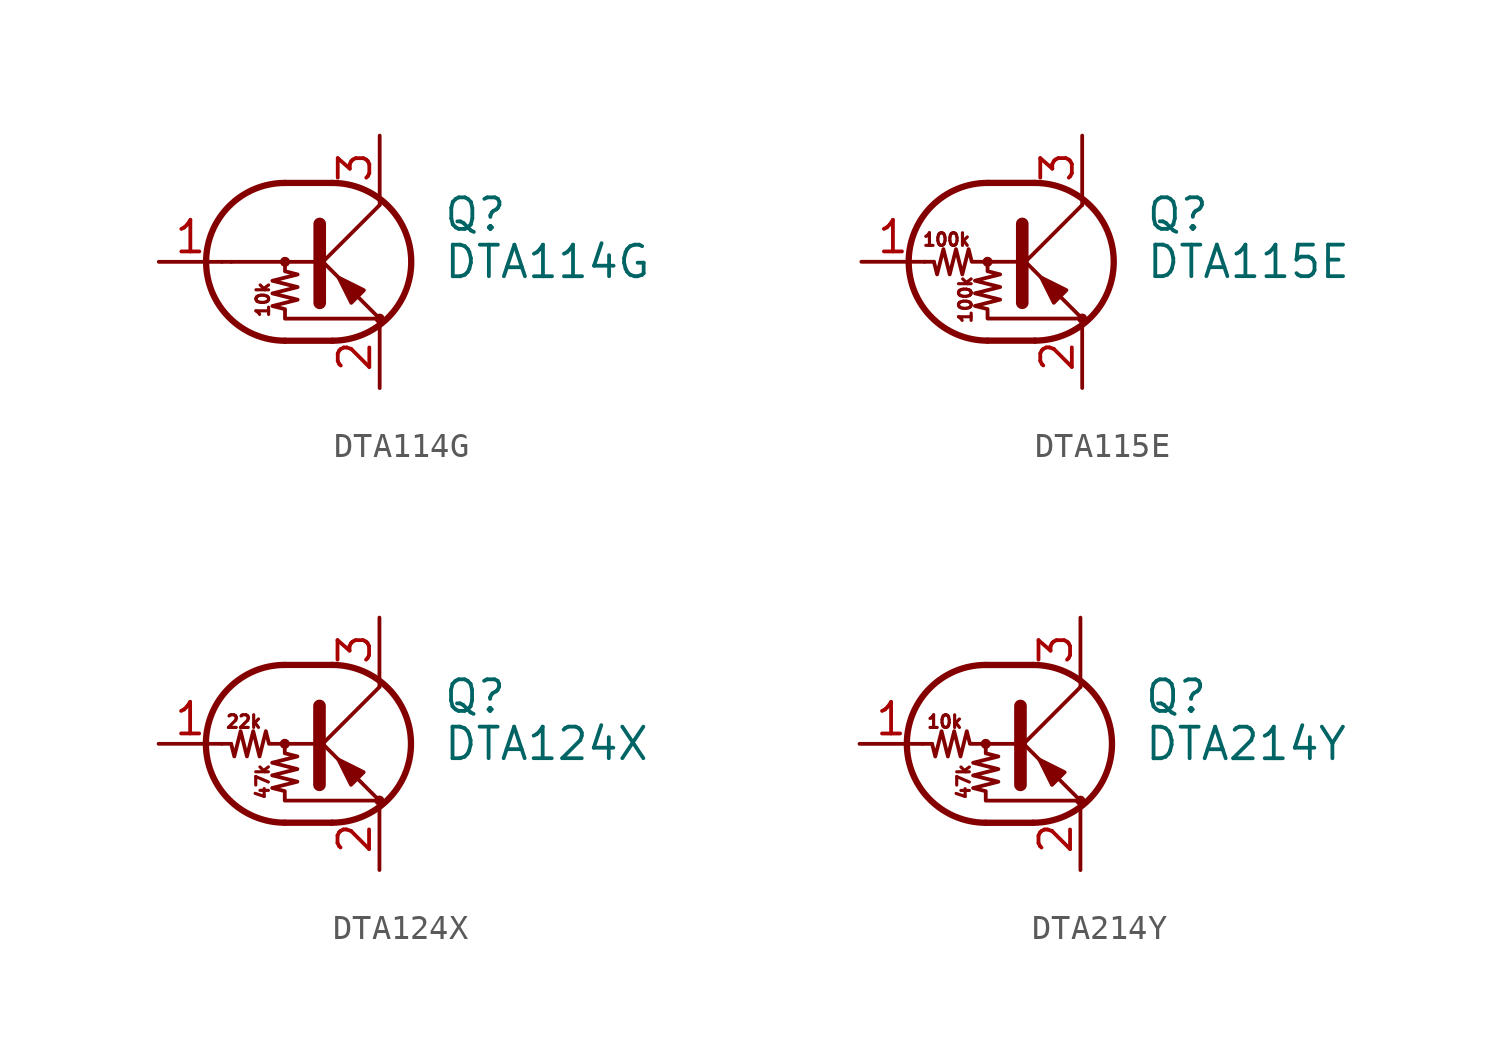
<source format=kicad_sym>
(kicad_symbol_lib
  (version 20200908)
  (generator kicad_symbol_editor)
  (symbol "Transistor_BJT:DTA114G"
    (pin_names
      (offset 0) hide)
    (property "Reference" "Q"
      (at 5.08 1.905 0)
      (effects (font (size 1.27 1.27)) (justify left)))
    (property "Value" "DTA114G"
      (at 5.08 0 0)
      (effects (font (size 1.27 1.27)) (justify left)))
    (symbol "DTA114G_0_1"
      (arc (start -1.27 3.175) (end -1.27 -3.175) (radius (at -1.27 0) (length 3.175) (angles 90.1 -90.1)) (stroke (width 0.254)) (fill (type none)))
      (arc (start 0.635 -3.175) (end 0.635 3.175) (radius (at 0.635 0) (length 3.175) (angles -89.9 89.9)) (stroke (width 0.254)) (fill (type none)))
      (circle (center -1.27 0) (radius 0.127) (stroke (width 0)) (fill (type none)))
      (circle (center 2.54 -2.286) (radius 0.127) (stroke (width 0)) (fill (type none)))
      (polyline (pts (xy -3.429 0) (xy -3.81 0)) (stroke (width 0)) (fill (type none)))
      (polyline (pts (xy -1.27 -3.175) (xy 0.635 -3.175)) (stroke (width 0.254)) (fill (type none)))
      (polyline (pts (xy -1.27 3.175) (xy 0.635 3.175)) (stroke (width 0.254)) (fill (type none)))
      (polyline (pts (xy 0 -0.254) (xy 2.54 2.286)) (stroke (width 0)) (fill (type none)))
      (polyline (pts (xy 0.127 1.524) (xy 0.127 -1.651)) (stroke (width 0.508)) (fill (type outline)))
      (polyline (pts (xy 2.54 2.286) (xy 2.54 2.54)) (stroke (width 0)) (fill (type none)))
      (polyline (pts (xy 2.54 -2.286) (xy 0 0.254) (xy 0 0.254)) (stroke (width 0)) (fill (type none)))
      (polyline (pts (xy 1.397 -1.651) (xy 1.905 -1.143) (xy 0.889 -0.635) (xy 1.397 -1.651)) (stroke (width 0)) (fill (type outline)))
      (polyline (pts (xy -1.27 0) (xy -1.27 -0.381) (xy -0.762 -0.508) (xy -1.778 -0.762) (xy -0.762 -1.016) (xy -1.778 -1.27) (xy -0.762 -1.524) (xy -1.778 -1.778) (xy -1.27 -1.905) (xy -1.27 -2.286) (xy 2.54 -2.286)) (stroke (width 0)) (fill (type none))))
    (symbol "DTA114G_0_0"
      (text "10k" (at -2.159 -1.524 900) (effects (font (size 0.508 0.508))))
      (polyline (pts (xy -3.429 0) (xy 0 0)) (stroke (width 0)) (fill (type none))))
    (symbol "DTA114G_1_1"
      (pin input line (at -6.35 0 0) (length 2.54) (name "B" (effects (font (size 1.27 1.27)))) (number "1" (effects (font (size 1.27 1.27)))))
      (pin passive line (at 2.54 -5.08 90) (length 2.54) (name "E" (effects (font (size 1.27 1.27)))) (number "2" (effects (font (size 1.27 1.27)))))
      (pin passive line (at 2.54 5.08 270) (length 2.54) (name "C" (effects (font (size 1.27 1.27)))) (number "3" (effects (font (size 1.27 1.27)))))))
  (symbol "Transistor_BJT:DTA115E"
    (pin_names
      (offset 0) hide)
    (property "Reference" "Q"
      (at 5.08 1.905 0)
      (effects (font (size 1.27 1.27)) (justify left)))
    (property "Value" "DTA115E"
      (at 5.08 0 0)
      (effects (font (size 1.27 1.27)) (justify left)))
    (symbol "DTA115E_0_1"
      (arc (start -1.27 3.175) (end -1.27 -3.175) (radius (at -1.27 0) (length 3.175) (angles 90.1 -90.1)) (stroke (width 0.254)) (fill (type none)))
      (arc (start 0.635 -3.175) (end 0.635 3.175) (radius (at 0.635 0) (length 3.175) (angles -89.9 89.9)) (stroke (width 0.254)) (fill (type none)))
      (circle (center -1.27 0) (radius 0.127) (stroke (width 0)) (fill (type none)))
      (circle (center 2.54 -2.286) (radius 0.127) (stroke (width 0)) (fill (type none)))
      (polyline (pts (xy -3.429 0) (xy -3.81 0)) (stroke (width 0)) (fill (type none)))
      (polyline (pts (xy -1.27 -3.175) (xy 0.635 -3.175)) (stroke (width 0.254)) (fill (type none)))
      (polyline (pts (xy -1.27 3.175) (xy 0.635 3.175)) (stroke (width 0.254)) (fill (type none)))
      (polyline (pts (xy 0 -0.254) (xy 2.54 2.286)) (stroke (width 0)) (fill (type none)))
      (polyline (pts (xy 0.127 1.524) (xy 0.127 -1.651)) (stroke (width 0.508)) (fill (type outline)))
      (polyline (pts (xy 2.54 2.286) (xy 2.54 2.54)) (stroke (width 0)) (fill (type none)))
      (polyline (pts (xy 2.54 -2.286) (xy 0 0.254) (xy 0 0.254)) (stroke (width 0)) (fill (type none)))
      (polyline (pts (xy 1.397 -1.651) (xy 1.905 -1.143) (xy 0.889 -0.635) (xy 1.397 -1.651)) (stroke (width 0)) (fill (type outline)))
      (polyline (pts (xy 0 0) (xy -1.905 0) (xy -2.032 0.508) (xy -2.286 -0.508) (xy -2.54 0.508) (xy -2.794 -0.508) (xy -3.048 0.508) (xy -3.302 -0.508) (xy -3.429 0)) (stroke (width 0)) (fill (type none)))
      (polyline (pts (xy -1.27 0) (xy -1.27 -0.381) (xy -0.762 -0.508) (xy -1.778 -0.762) (xy -0.762 -1.016) (xy -1.778 -1.27) (xy -0.762 -1.524) (xy -1.778 -1.778) (xy -1.27 -1.905) (xy -1.27 -2.286) (xy 2.54 -2.286)) (stroke (width 0)) (fill (type none))))
    (symbol "DTA115E_0_0"
      (text "100k" (at -2.921 0.889 0) (effects (font (size 0.508 0.508))))
      (text "100k" (at -2.159 -1.524 900) (effects (font (size 0.508 0.508)))))
    (symbol "DTA115E_1_1"
      (pin input line (at -6.35 0 0) (length 2.54) (name "B" (effects (font (size 1.27 1.27)))) (number "1" (effects (font (size 1.27 1.27)))))
      (pin passive line (at 2.54 -5.08 90) (length 2.54) (name "E" (effects (font (size 1.27 1.27)))) (number "2" (effects (font (size 1.27 1.27)))))
      (pin passive line (at 2.54 5.08 270) (length 2.54) (name "C" (effects (font (size 1.27 1.27)))) (number "3" (effects (font (size 1.27 1.27)))))))
  (symbol "Transistor_BJT:DTA124X"
    (pin_names
      (offset 0) hide)
    (property "Reference" "Q"
      (at 5.08 1.905 0)
      (effects (font (size 1.27 1.27)) (justify left)))
    (property "Value" "DTA124X"
      (at 5.08 0 0)
      (effects (font (size 1.27 1.27)) (justify left)))
    (symbol "DTA124X_0_1"
      (arc (start -1.27 3.175) (end -1.27 -3.175) (radius (at -1.27 0) (length 3.175) (angles 90.1 -90.1)) (stroke (width 0.254)) (fill (type none)))
      (arc (start 0.635 -3.175) (end 0.635 3.175) (radius (at 0.635 0) (length 3.175) (angles -89.9 89.9)) (stroke (width 0.254)) (fill (type none)))
      (circle (center -1.27 0) (radius 0.127) (stroke (width 0)) (fill (type none)))
      (circle (center 2.54 -2.286) (radius 0.127) (stroke (width 0)) (fill (type none)))
      (polyline (pts (xy -3.429 0) (xy -3.81 0)) (stroke (width 0)) (fill (type none)))
      (polyline (pts (xy -1.27 -3.175) (xy 0.635 -3.175)) (stroke (width 0.254)) (fill (type none)))
      (polyline (pts (xy -1.27 3.175) (xy 0.635 3.175)) (stroke (width 0.254)) (fill (type none)))
      (polyline (pts (xy 0 -0.254) (xy 2.54 2.286)) (stroke (width 0)) (fill (type none)))
      (polyline (pts (xy 0.127 1.524) (xy 0.127 -1.651)) (stroke (width 0.508)) (fill (type outline)))
      (polyline (pts (xy 2.54 2.286) (xy 2.54 2.54)) (stroke (width 0)) (fill (type none)))
      (polyline (pts (xy 2.54 -2.286) (xy 0 0.254) (xy 0 0.254)) (stroke (width 0)) (fill (type none)))
      (polyline (pts (xy 1.397 -1.651) (xy 1.905 -1.143) (xy 0.889 -0.635) (xy 1.397 -1.651)) (stroke (width 0)) (fill (type outline)))
      (polyline (pts (xy 0 0) (xy -1.905 0) (xy -2.032 0.508) (xy -2.286 -0.508) (xy -2.54 0.508) (xy -2.794 -0.508) (xy -3.048 0.508) (xy -3.302 -0.508) (xy -3.429 0)) (stroke (width 0)) (fill (type none)))
      (polyline (pts (xy -1.27 0) (xy -1.27 -0.381) (xy -0.762 -0.508) (xy -1.778 -0.762) (xy -0.762 -1.016) (xy -1.778 -1.27) (xy -0.762 -1.524) (xy -1.778 -1.778) (xy -1.27 -1.905) (xy -1.27 -2.286) (xy 2.54 -2.286)) (stroke (width 0)) (fill (type none))))
    (symbol "DTA124X_0_0"
      (text "22k" (at -2.921 0.889 0) (effects (font (size 0.508 0.508))))
      (text "47k" (at -2.159 -1.524 900) (effects (font (size 0.508 0.508)))))
    (symbol "DTA124X_1_1"
      (pin input line (at -6.35 0 0) (length 2.54) (name "B" (effects (font (size 1.27 1.27)))) (number "1" (effects (font (size 1.27 1.27)))))
      (pin passive line (at 2.54 -5.08 90) (length 2.54) (name "E" (effects (font (size 1.27 1.27)))) (number "2" (effects (font (size 1.27 1.27)))))
      (pin passive line (at 2.54 5.08 270) (length 2.54) (name "C" (effects (font (size 1.27 1.27)))) (number "3" (effects (font (size 1.27 1.27)))))))
  (symbol "Transistor_BJT:DTA214Y"
    (pin_names
      (offset 0) hide)
    (property "Reference" "Q"
      (at 5.08 1.905 0)
      (effects (font (size 1.27 1.27)) (justify left)))
    (property "Value" "DTA214Y"
      (at 5.08 0 0)
      (effects (font (size 1.27 1.27)) (justify left)))
    (symbol "DTA214Y_0_1"
      (arc (start -1.27 3.175) (end -1.27 -3.175) (radius (at -1.27 0) (length 3.175) (angles 90.1 -90.1)) (stroke (width 0.254)) (fill (type none)))
      (arc (start 0.635 -3.175) (end 0.635 3.175) (radius (at 0.635 0) (length 3.175) (angles -89.9 89.9)) (stroke (width 0.254)) (fill (type none)))
      (circle (center -1.27 0) (radius 0.127) (stroke (width 0)) (fill (type none)))
      (circle (center 2.54 -2.286) (radius 0.127) (stroke (width 0)) (fill (type none)))
      (polyline (pts (xy -3.429 0) (xy -3.81 0)) (stroke (width 0)) (fill (type none)))
      (polyline (pts (xy -1.27 -3.175) (xy 0.635 -3.175)) (stroke (width 0.254)) (fill (type none)))
      (polyline (pts (xy -1.27 3.175) (xy 0.635 3.175)) (stroke (width 0.254)) (fill (type none)))
      (polyline (pts (xy 0 -0.254) (xy 2.54 2.286)) (stroke (width 0)) (fill (type none)))
      (polyline (pts (xy 0.127 1.524) (xy 0.127 -1.651)) (stroke (width 0.508)) (fill (type outline)))
      (polyline (pts (xy 2.54 2.286) (xy 2.54 2.54)) (stroke (width 0)) (fill (type none)))
      (polyline (pts (xy 2.54 -2.286) (xy 0 0.254) (xy 0 0.254)) (stroke (width 0)) (fill (type none)))
      (polyline (pts (xy 1.397 -1.651) (xy 1.905 -1.143) (xy 0.889 -0.635) (xy 1.397 -1.651)) (stroke (width 0)) (fill (type outline)))
      (polyline (pts (xy 0 0) (xy -1.905 0) (xy -2.032 0.508) (xy -2.286 -0.508) (xy -2.54 0.508) (xy -2.794 -0.508) (xy -3.048 0.508) (xy -3.302 -0.508) (xy -3.429 0)) (stroke (width 0)) (fill (type none)))
      (polyline (pts (xy -1.27 0) (xy -1.27 -0.381) (xy -0.762 -0.508) (xy -1.778 -0.762) (xy -0.762 -1.016) (xy -1.778 -1.27) (xy -0.762 -1.524) (xy -1.778 -1.778) (xy -1.27 -1.905) (xy -1.27 -2.286) (xy 2.54 -2.286)) (stroke (width 0)) (fill (type none))))
    (symbol "DTA214Y_0_0"
      (text "10k" (at -2.921 0.889 0) (effects (font (size 0.508 0.508))))
      (text "47k" (at -2.159 -1.524 900) (effects (font (size 0.508 0.508)))))
    (symbol "DTA214Y_1_1"
      (pin input line (at -6.35 0 0) (length 2.54) (name "B" (effects (font (size 1.27 1.27)))) (number "1" (effects (font (size 1.27 1.27)))))
      (pin passive line (at 2.54 -5.08 90) (length 2.54) (name "E" (effects (font (size 1.27 1.27)))) (number "2" (effects (font (size 1.27 1.27)))))
      (pin passive line (at 2.54 5.08 270) (length 2.54) (name "C" (effects (font (size 1.27 1.27)))) (number "3" (effects (font (size 1.27 1.27))))))))
</source>
